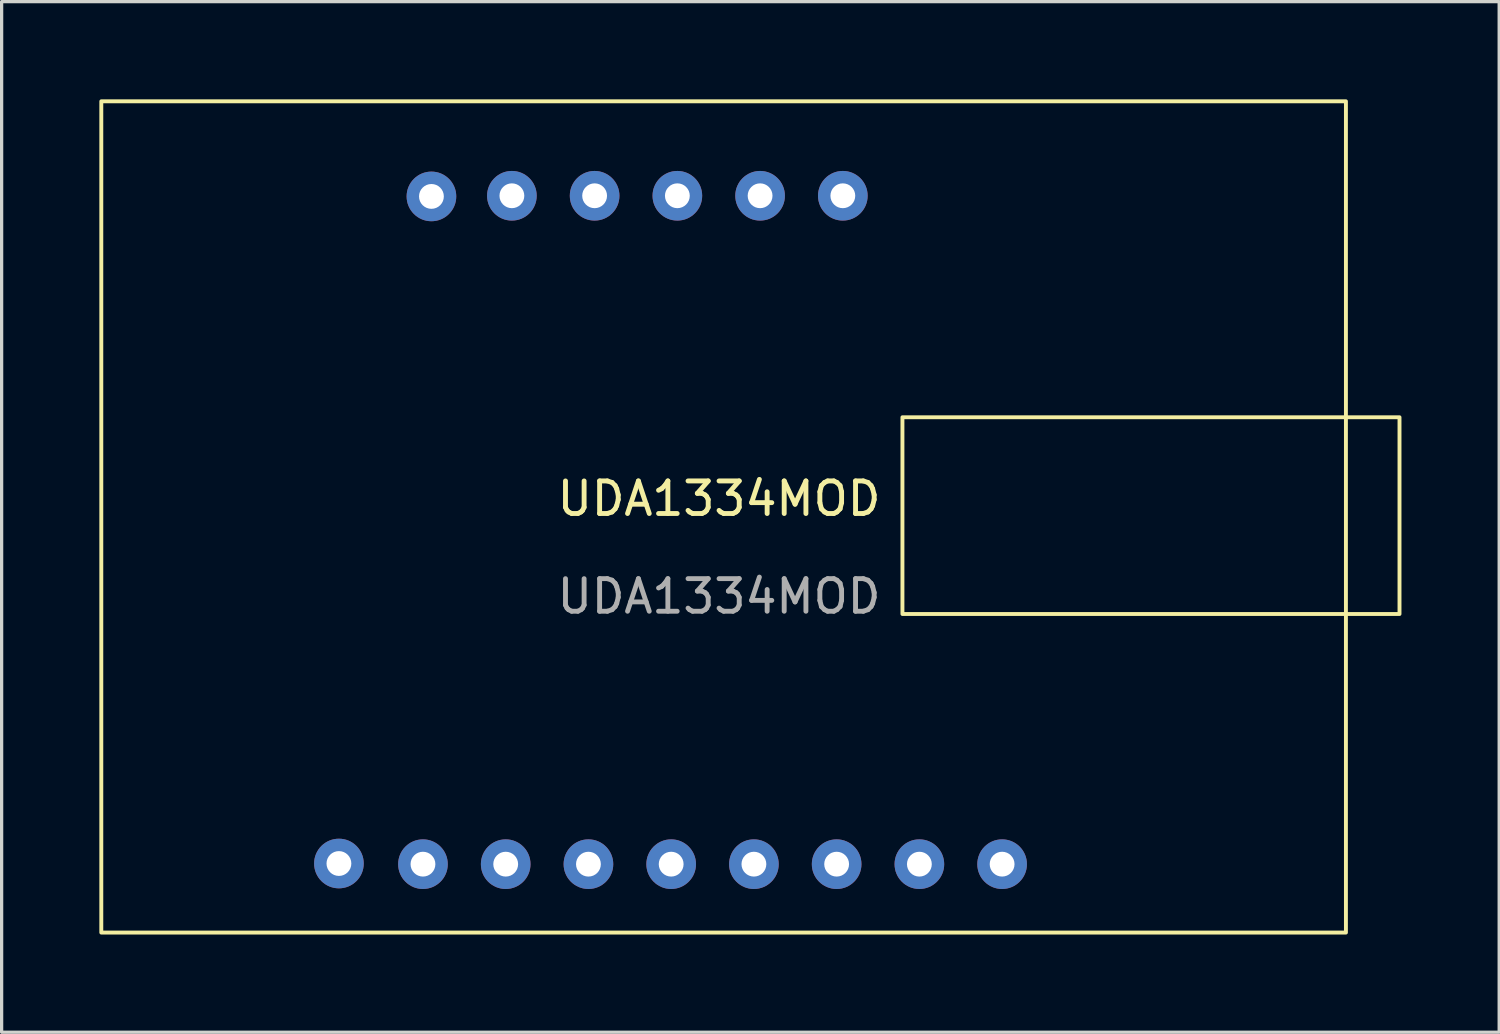
<source format=kicad_pcb>
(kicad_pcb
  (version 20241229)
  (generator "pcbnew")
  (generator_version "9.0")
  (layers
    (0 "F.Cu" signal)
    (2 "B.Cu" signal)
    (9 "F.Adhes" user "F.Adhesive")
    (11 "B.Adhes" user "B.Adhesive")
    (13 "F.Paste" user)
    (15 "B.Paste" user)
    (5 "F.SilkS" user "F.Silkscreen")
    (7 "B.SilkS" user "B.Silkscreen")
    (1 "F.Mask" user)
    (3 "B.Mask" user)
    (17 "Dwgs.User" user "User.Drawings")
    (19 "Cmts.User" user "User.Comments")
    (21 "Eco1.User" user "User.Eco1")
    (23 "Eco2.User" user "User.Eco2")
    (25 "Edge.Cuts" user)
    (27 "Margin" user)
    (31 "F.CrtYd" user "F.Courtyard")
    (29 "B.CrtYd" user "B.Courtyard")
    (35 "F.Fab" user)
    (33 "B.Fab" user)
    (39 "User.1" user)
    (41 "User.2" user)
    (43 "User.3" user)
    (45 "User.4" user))
  (footprint "UDA1334MOD"
    (layer "F.Cu")
    (at 19.025 12.76)
    (property "Reference" "UDA1334MOD" (at 0 -0.5 0) (unlocked yes) (layer "F.SilkS") (effects (font (size 1 1) (thickness 0.15))))
    (attr through_hole)
    (fp_rect (start -18.965 -12.7) (end 19.245 12.82) (stroke (width 0.12) (type default)) (fill no) (layer "F.SilkS"))
    (fp_rect (start 5.63 -3) (end 20.89 3.04) (stroke (width 0.12) (type default)) (fill no) (layer "F.SilkS"))
    (fp_text user "${REFERENCE}" (at 0 2.5 0) (unlocked yes) (layer "F.Fab") (effects (font (size 1 1) (thickness 0.15))))
    (pad "1" thru_hole circle (at -11.67 10.7) (size 1.524 1.524) (drill 0.762) (layers "*.Cu" "*.Mask"))
    (pad "2" thru_hole circle (at -9.09 10.72) (size 1.524 1.524) (drill 0.762) (layers "*.Cu" "*.Mask"))
    (pad "3" thru_hole circle (at -6.55 10.72) (size 1.524 1.524) (drill 0.762) (layers "*.Cu" "*.Mask"))
    (pad "4" thru_hole circle (at -4.01 10.72) (size 1.524 1.524) (drill 0.762) (layers "*.Cu" "*.Mask"))
    (pad "5" thru_hole circle (at -1.47 10.72) (size 1.524 1.524) (drill 0.762) (layers "*.Cu" "*.Mask"))
    (pad "6" thru_hole circle (at 1.07 10.72) (size 1.524 1.524) (drill 0.762) (layers "*.Cu" "*.Mask"))
    (pad "7" thru_hole circle (at 3.61 10.72) (size 1.524 1.524) (drill 0.762) (layers "*.Cu" "*.Mask"))
    (pad "8" thru_hole circle (at 6.15 10.72) (size 1.524 1.524) (drill 0.762) (layers "*.Cu" "*.Mask"))
    (pad "9" thru_hole circle (at 8.69 10.72) (size 1.524 1.524) (drill 0.762) (layers "*.Cu" "*.Mask"))
    (pad "10" thru_hole circle (at -8.83 -9.78) (size 1.524 1.524) (drill 0.762) (layers "*.Cu" "*.Mask"))
    (pad "11" thru_hole circle (at -6.36 -9.8) (size 1.524 1.524) (drill 0.762) (layers "*.Cu" "*.Mask"))
    (pad "12" thru_hole circle (at -3.82 -9.8) (size 1.524 1.524) (drill 0.762) (layers "*.Cu" "*.Mask"))
    (pad "13" thru_hole circle (at -1.28 -9.8) (size 1.524 1.524) (drill 0.762) (layers "*.Cu" "*.Mask"))
    (pad "14" thru_hole circle (at 1.26 -9.8) (size 1.524 1.524) (drill 0.762) (layers "*.Cu" "*.Mask"))
    (pad "15" thru_hole circle (at 3.8 -9.8) (size 1.524 1.524) (drill 0.762) (layers "*.Cu" "*.Mask")))
  (gr_rect
    (start -3 -3)
    (end 42.975 28.64)
    (stroke (width 0.1) (type default))
    (fill no)
    (layer "Edge.Cuts")))
</source>
